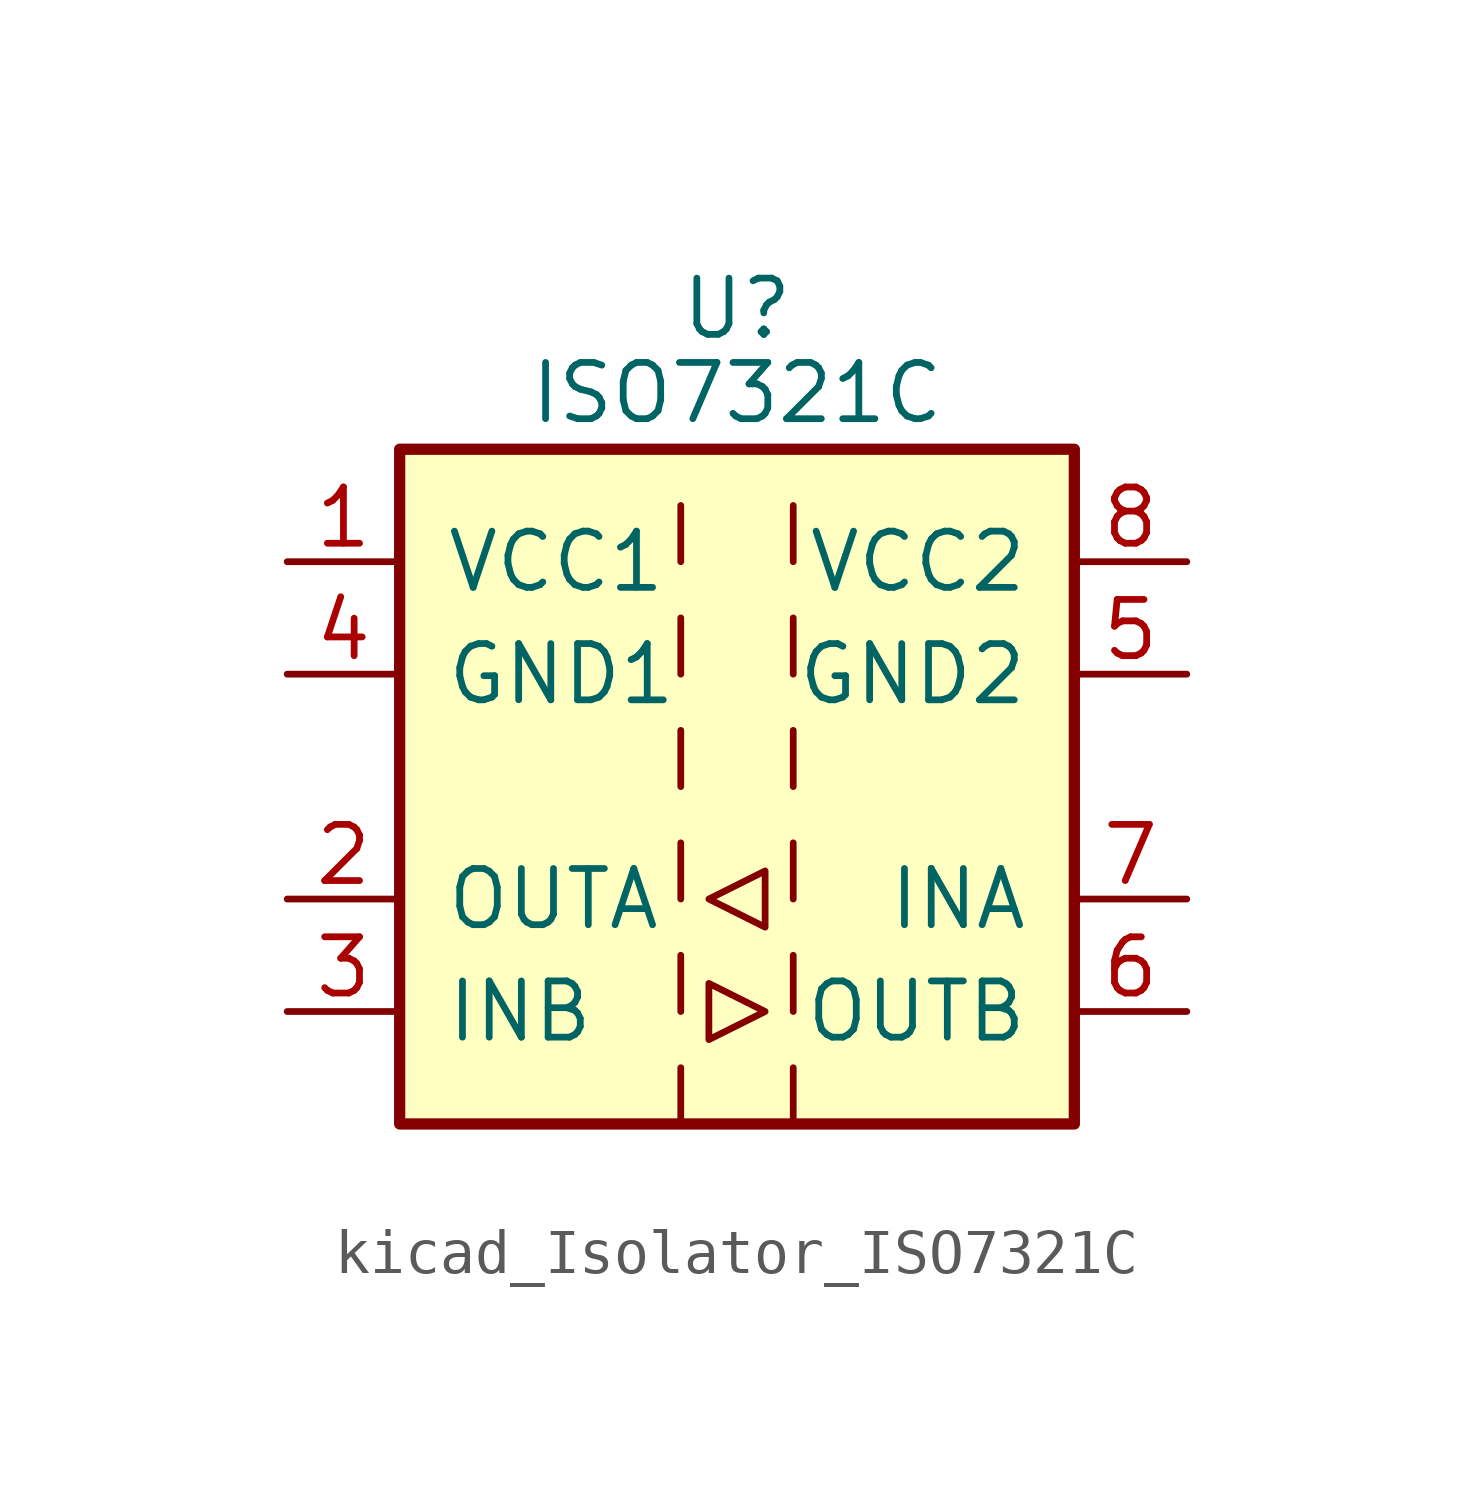
<source format=kicad_sym>
(kicad_symbol_lib
  (version 20220914)
  (generator kicad_symbol_editor)
  (symbol "kicad_Isolator_ISO7321C"
    (pin_names
      (offset 1.016))
    (property "Reference" "U"
      (at 0 10.795 0)
      (effects (font (size 1.27 1.27))))
    (property "Value" "ISO7321C"
      (at 0 8.89 0)
      (effects (font (size 1.27 1.27))))
    (symbol "kicad_Isolator_ISO7321C_0_1"
      (rectangle (start -7.62 7.62) (end 7.62 -7.62) (stroke (width 0.254) (type default)) (fill (type background)))
      (polyline (pts (xy -1.27 -6.35) (xy -1.27 -7.62)) (stroke (width 0) (type default)) (fill (type none)))
      (polyline (pts (xy -1.27 -3.81) (xy -1.27 -5.08)) (stroke (width 0) (type default)) (fill (type none)))
      (polyline (pts (xy -1.27 -1.27) (xy -1.27 -2.54)) (stroke (width 0) (type default)) (fill (type none)))
      (polyline (pts (xy -1.27 1.27) (xy -1.27 0)) (stroke (width 0) (type default)) (fill (type none)))
      (polyline (pts (xy -1.27 3.81) (xy -1.27 2.54)) (stroke (width 0) (type default)) (fill (type none)))
      (polyline (pts (xy -1.27 6.35) (xy -1.27 5.08)) (stroke (width 0) (type default)) (fill (type none)))
      (polyline (pts (xy 1.27 -6.35) (xy 1.27 -7.62)) (stroke (width 0) (type default)) (fill (type none)))
      (polyline (pts (xy 1.27 -3.81) (xy 1.27 -5.08)) (stroke (width 0) (type default)) (fill (type none)))
      (polyline (pts (xy 1.27 -1.27) (xy 1.27 -2.54)) (stroke (width 0) (type default)) (fill (type none)))
      (polyline (pts (xy 1.27 1.27) (xy 1.27 0)) (stroke (width 0) (type default)) (fill (type none)))
      (polyline (pts (xy 1.27 3.81) (xy 1.27 2.54)) (stroke (width 0) (type default)) (fill (type none)))
      (polyline (pts (xy 1.27 6.35) (xy 1.27 5.08)) (stroke (width 0) (type default)) (fill (type none)))
      (polyline (pts (xy -0.635 -4.445) (xy -0.635 -5.715) (xy 0.635 -5.08) (xy -0.635 -4.445)) (stroke (width 0) (type default)) (fill (type none)))
      (polyline (pts (xy -0.635 -2.54) (xy 0.635 -1.905) (xy 0.635 -3.175) (xy -0.635 -2.54)) (stroke (width 0) (type default)) (fill (type none))))
    (symbol "kicad_Isolator_ISO7321C_1_1"
      (pin power_in line (at -10.16 5.08 0) (length 2.54) (name "VCC1" (effects (font (size 1.27 1.27)))) (number "1" (effects (font (size 1.27 1.27)))))
      (pin output line (at -10.16 -2.54 0) (length 2.54) (name "OUTA" (effects (font (size 1.27 1.27)))) (number "2" (effects (font (size 1.27 1.27)))))
      (pin input line (at -10.16 -5.08 0) (length 2.54) (name "INB" (effects (font (size 1.27 1.27)))) (number "3" (effects (font (size 1.27 1.27)))))
      (pin power_in line (at -10.16 2.54 0) (length 2.54) (name "GND1" (effects (font (size 1.27 1.27)))) (number "4" (effects (font (size 1.27 1.27)))))
      (pin power_in line (at 10.16 2.54 180) (length 2.54) (name "GND2" (effects (font (size 1.27 1.27)))) (number "5" (effects (font (size 1.27 1.27)))))
      (pin output line (at 10.16 -5.08 180) (length 2.54) (name "OUTB" (effects (font (size 1.27 1.27)))) (number "6" (effects (font (size 1.27 1.27)))))
      (pin input line (at 10.16 -2.54 180) (length 2.54) (name "INA" (effects (font (size 1.27 1.27)))) (number "7" (effects (font (size 1.27 1.27)))))
      (pin power_in line (at 10.16 5.08 180) (length 2.54) (name "VCC2" (effects (font (size 1.27 1.27)))) (number "8" (effects (font (size 1.27 1.27))))))))
</source>
